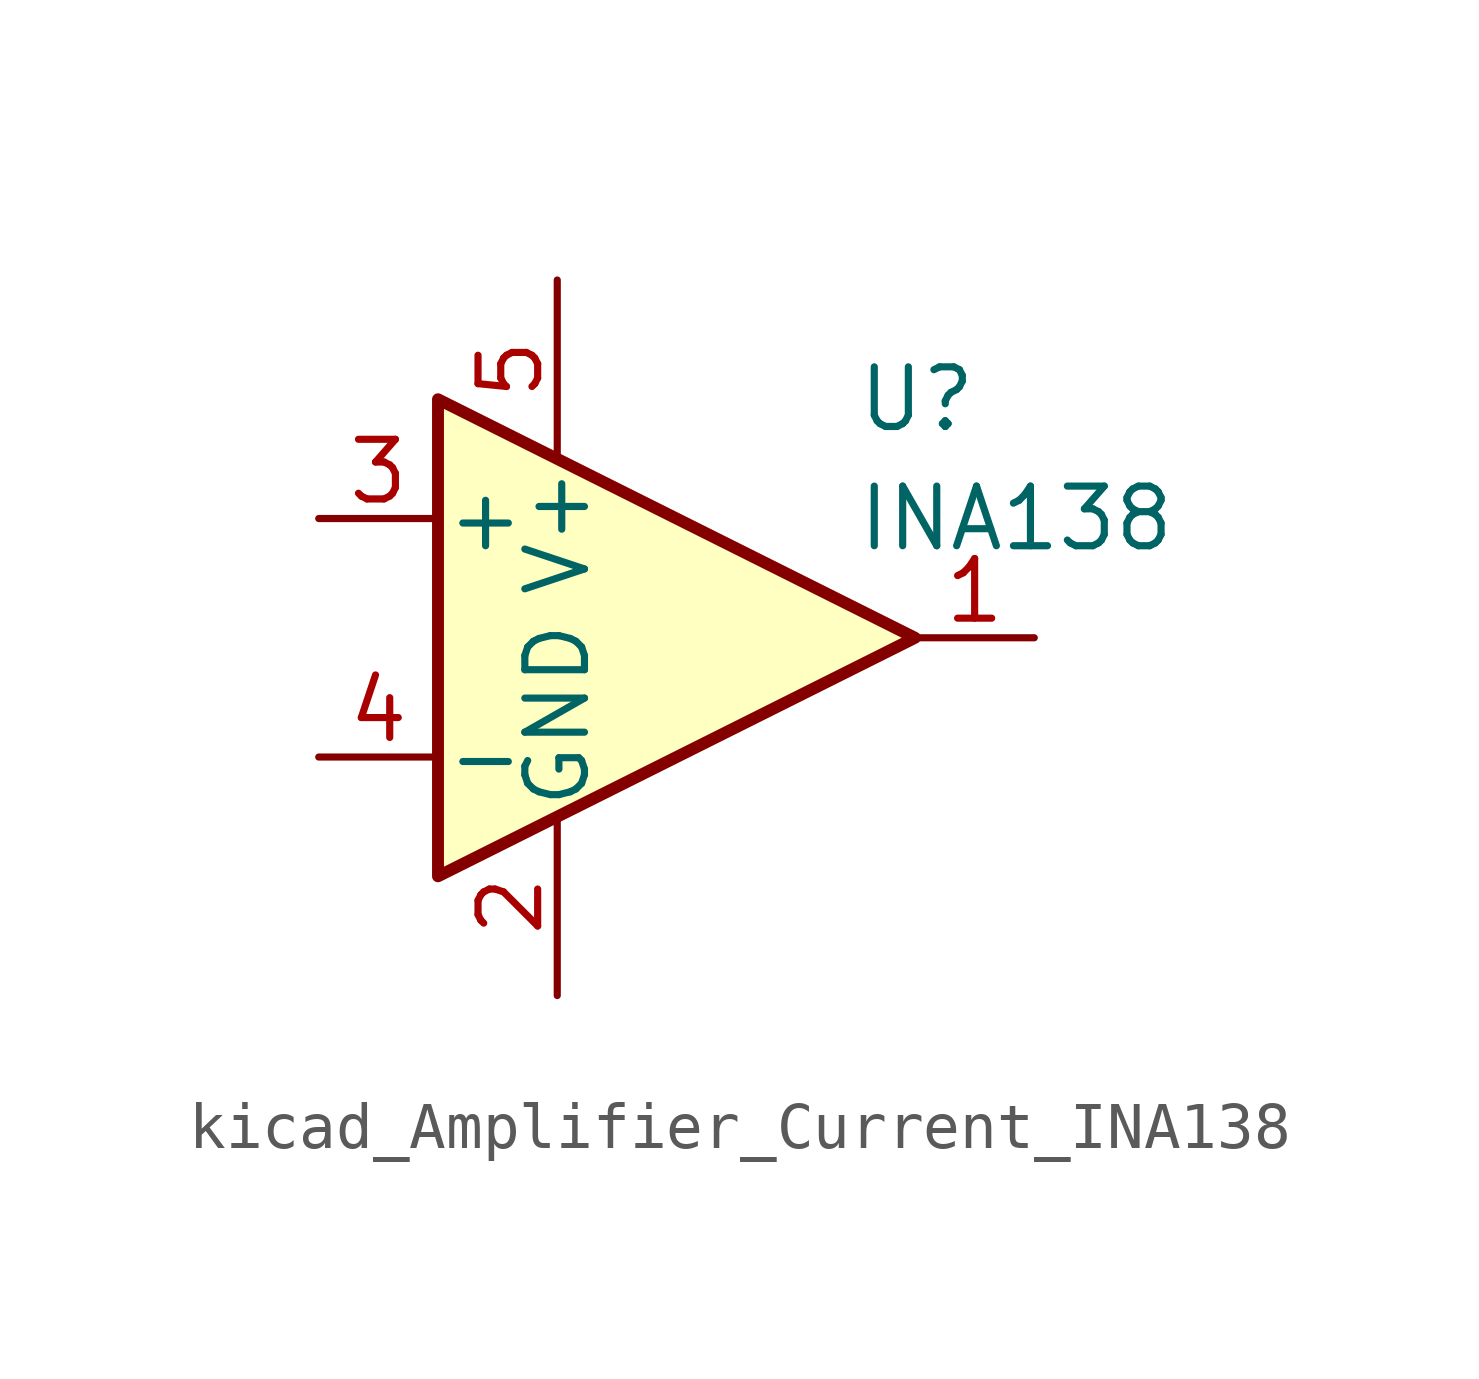
<source format=kicad_sym>
(kicad_symbol_lib
  (version 20220914)
  (generator kicad_symbol_editor)
  (symbol "kicad_Amplifier_Current_INA138"
    (pin_names
      (offset 0.127))
    (property "Reference" "U"
      (at 3.81 5.08 0)
      (effects (font (size 1.27 1.27)) (justify left)))
    (property "Value" "INA138"
      (at 3.81 2.54 0)
      (effects (font (size 1.27 1.27)) (justify left)))
    (symbol "kicad_Amplifier_Current_INA138_0_1"
      (polyline (pts (xy -5.08 5.08) (xy 5.08 0) (xy -5.08 -5.08) (xy -5.08 5.08)) (stroke (width 0.254) (type default)) (fill (type background))))
    (symbol "kicad_Amplifier_Current_INA138_1_1"
      (pin output line (at 7.62 0 180) (length 2.54) (name "~" (effects (font (size 1.27 1.27)))) (number "1" (effects (font (size 1.27 1.27)))))
      (pin power_in line (at -2.54 -7.62 90) (length 3.81) (name "GND" (effects (font (size 1.27 1.27)))) (number "2" (effects (font (size 1.27 1.27)))))
      (pin input line (at -7.62 2.54 0) (length 2.54) (name "+" (effects (font (size 1.27 1.27)))) (number "3" (effects (font (size 1.27 1.27)))))
      (pin input line (at -7.62 -2.54 0) (length 2.54) (name "-" (effects (font (size 1.27 1.27)))) (number "4" (effects (font (size 1.27 1.27)))))
      (pin power_in line (at -2.54 7.62 270) (length 3.81) (name "V+" (effects (font (size 1.27 1.27)))) (number "5" (effects (font (size 1.27 1.27))))))))
</source>
